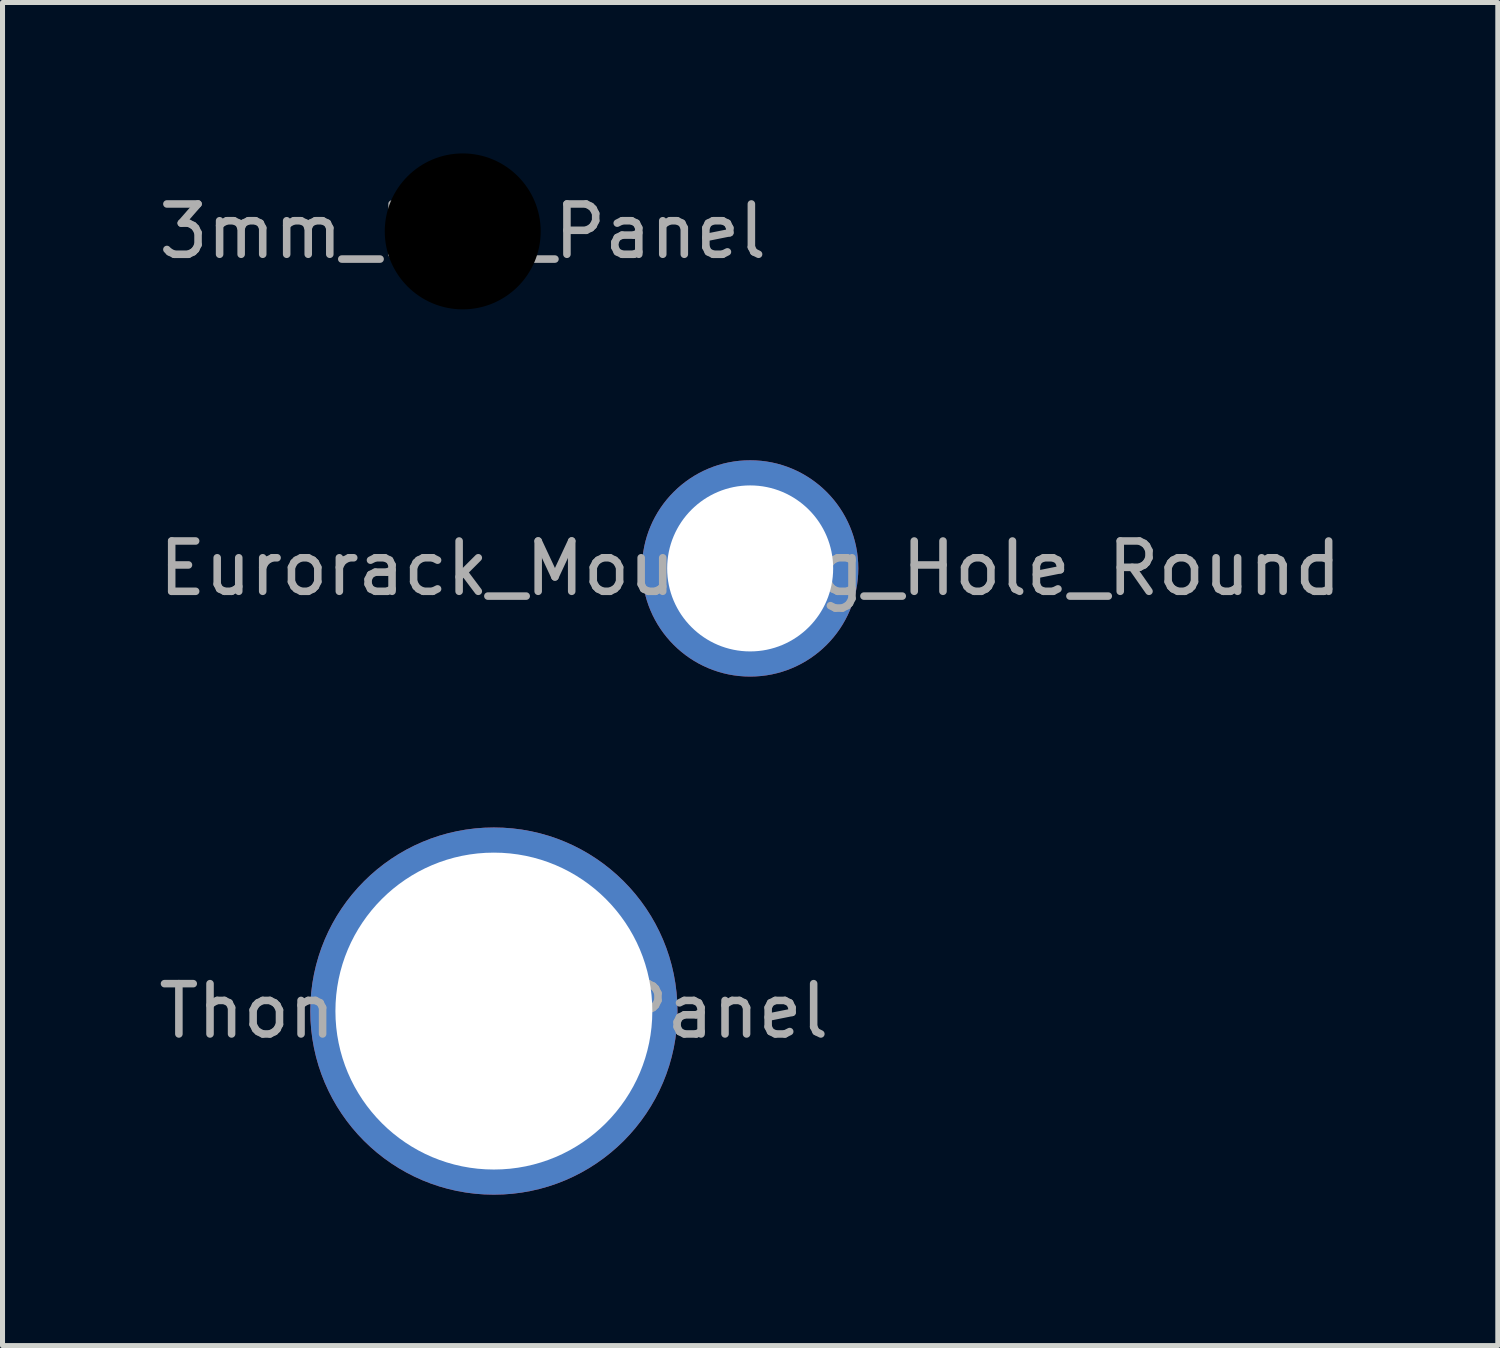
<source format=kicad_pcb>
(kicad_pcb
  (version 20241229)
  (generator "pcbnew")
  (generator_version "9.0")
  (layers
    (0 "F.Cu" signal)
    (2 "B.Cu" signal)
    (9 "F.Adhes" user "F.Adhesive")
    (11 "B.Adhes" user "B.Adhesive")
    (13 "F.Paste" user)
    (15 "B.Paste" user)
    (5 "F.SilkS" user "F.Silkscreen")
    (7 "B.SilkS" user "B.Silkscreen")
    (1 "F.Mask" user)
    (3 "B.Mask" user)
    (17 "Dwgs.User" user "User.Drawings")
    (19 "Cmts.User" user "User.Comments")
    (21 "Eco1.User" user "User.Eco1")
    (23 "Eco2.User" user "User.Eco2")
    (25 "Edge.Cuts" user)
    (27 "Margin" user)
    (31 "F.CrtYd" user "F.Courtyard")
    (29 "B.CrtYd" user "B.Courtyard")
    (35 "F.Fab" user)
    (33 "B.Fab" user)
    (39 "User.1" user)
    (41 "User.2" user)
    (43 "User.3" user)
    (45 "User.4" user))
  (footprint "3mm_LED_Panel"
    (layer "F.Cu")
    (at 6.149 1.55)
    (property "Reference" "3mm_LED_Panel" (at 0 0 0) (unlocked yes) (layer "F.SilkS") (effects (font (size 1 1) (thickness 0.1))))
    (attr through_hole)
    (fp_text user "${REFERENCE}" (at 0 0 0) (unlocked yes) (layer "F.Fab") (effects (font (size 1 1) (thickness 0.15))))
    (pad "" np_thru_hole circle (at 0 0) (size 3.1 3.1) (drill 3.1) (layers "*.Mask")))
  (footprint "Eurorack_Mounting_Hole_Round"
    (layer "F.Cu")
    (at 11.863 8.25)
    (property "Reference" "Eurorack_Mounting_Hole_Round" (at 0 0 0) (unlocked yes) (layer "F.SilkS") (effects (font (size 1 1) (thickness 0.1))))
    (attr through_hole)
    (fp_text user "${REFERENCE}" (at 0 0 0) (unlocked yes) (layer "F.Fab") (effects (font (size 1 1) (thickness 0.15))))
    (pad "" thru_hole circle (at 0 0) (size 4.3 4.3) (drill 3.3) (layers "*.Cu" "*.Mask")))
  (footprint "Thonkiconn_Panel"
    (layer "F.Cu")
    (at 6.768 17.05)
    (property "Reference" "Thonkiconn_Panel" (at 0 0 0) (unlocked yes) (layer "F.SilkS") (effects (font (size 1 1) (thickness 0.1))))
    (attr through_hole)
    (fp_text user "${REFERENCE}" (at 0 0 0) (unlocked yes) (layer "F.Fab") (effects (font (size 1 1) (thickness 0.15))))
    (pad "" thru_hole circle (at 0 0) (size 7.3 7.3) (drill 6.3) (layers "*.Cu" "*.Mask")))
  (gr_rect
    (start -3 -3)
    (end 26.726 23.7)
    (stroke (width 0.1) (type default))
    (fill no)
    (layer "Edge.Cuts")))
</source>
